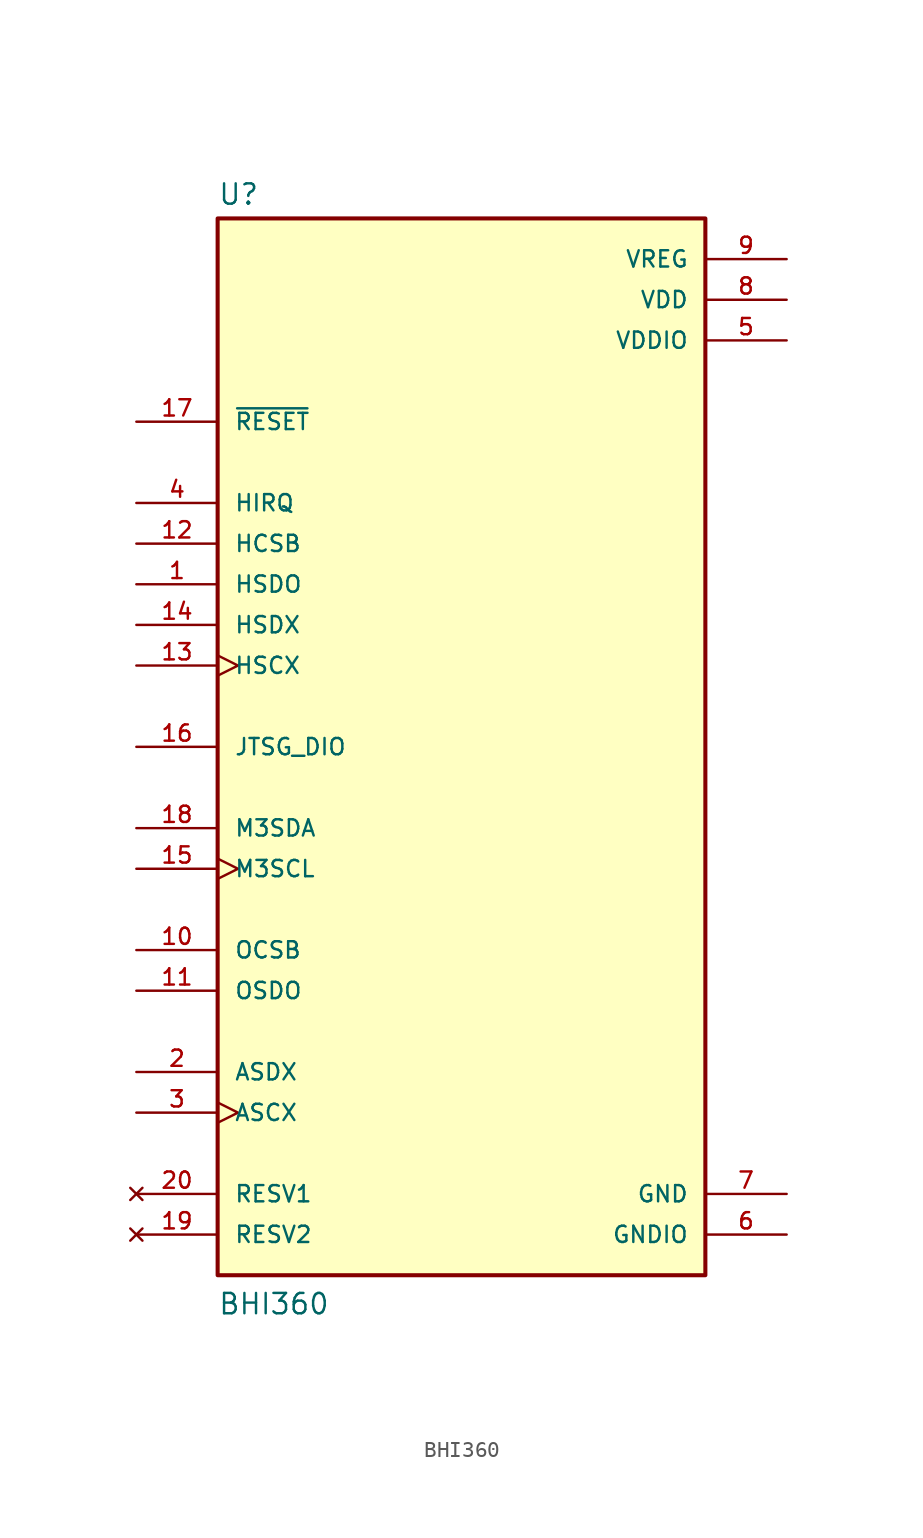
<source format=kicad_sym>
(kicad_symbol_lib
  (version 20211014)
  (generator kicad_symbol_editor)
  (symbol "BHI360"
    (pin_names
      (offset 1.016))
    (property "Reference" "U"
      (at -15.24 33.782 0)
      (effects (font (size 1.27 1.27)) (justify bottom left)))
    (property "Value" "BHI360"
      (at -15.24 -35.56 0)
      (effects (font (size 1.27 1.27)) (justify bottom left)))
    (symbol "BHI360_0_0"
      (rectangle (start -15.24 -33.02) (end 15.24 33.02) (stroke (width 0.254)) (fill (type background)))
      (pin bidirectional line (at -20.32 10.16 0) (length 5.08) (name "HSDO" (effects (font (size 1.016 1.016)))) (number "1" (effects (font (size 1.016 1.016)))))
      (pin bidirectional line (at -20.32 -20.32 0) (length 5.08) (name "ASDX" (effects (font (size 1.016 1.016)))) (number "2" (effects (font (size 1.016 1.016)))))
      (pin input clock (at -20.32 -22.86 0) (length 5.08) (name "ASCX" (effects (font (size 1.016 1.016)))) (number "3" (effects (font (size 1.016 1.016)))))
      (pin input line (at -20.32 15.24 0) (length 5.08) (name "HIRQ" (effects (font (size 1.016 1.016)))) (number "4" (effects (font (size 1.016 1.016)))))
      (pin power_in line (at 20.32 25.4 180.0) (length 5.08) (name "VDDIO" (effects (font (size 1.016 1.016)))) (number "5" (effects (font (size 1.016 1.016)))))
      (pin power_in line (at 20.32 -30.48 180.0) (length 5.08) (name "GNDIO" (effects (font (size 1.016 1.016)))) (number "6" (effects (font (size 1.016 1.016)))))
      (pin power_in line (at 20.32 -27.94 180.0) (length 5.08) (name "GND" (effects (font (size 1.016 1.016)))) (number "7" (effects (font (size 1.016 1.016)))))
      (pin power_in line (at 20.32 27.94 180.0) (length 5.08) (name "VDD" (effects (font (size 1.016 1.016)))) (number "8" (effects (font (size 1.016 1.016)))))
      (pin power_in line (at 20.32 30.48 180.0) (length 5.08) (name "VREG" (effects (font (size 1.016 1.016)))) (number "9" (effects (font (size 1.016 1.016)))))
      (pin input line (at -20.32 -12.7 0) (length 5.08) (name "OCSB" (effects (font (size 1.016 1.016)))) (number "10" (effects (font (size 1.016 1.016)))))
      (pin bidirectional line (at -20.32 -15.24 0) (length 5.08) (name "OSDO" (effects (font (size 1.016 1.016)))) (number "11" (effects (font (size 1.016 1.016)))))
      (pin input line (at -20.32 12.7 0) (length 5.08) (name "HCSB" (effects (font (size 1.016 1.016)))) (number "12" (effects (font (size 1.016 1.016)))))
      (pin input clock (at -20.32 5.08 0) (length 5.08) (name "HSCX" (effects (font (size 1.016 1.016)))) (number "13" (effects (font (size 1.016 1.016)))))
      (pin bidirectional line (at -20.32 7.62 0) (length 5.08) (name "HSDX" (effects (font (size 1.016 1.016)))) (number "14" (effects (font (size 1.016 1.016)))))
      (pin input clock (at -20.32 -7.62 0) (length 5.08) (name "M3SCL" (effects (font (size 1.016 1.016)))) (number "15" (effects (font (size 1.016 1.016)))))
      (pin input line (at -20.32 0.0 0) (length 5.08) (name "JTSG_DIO" (effects (font (size 1.016 1.016)))) (number "16" (effects (font (size 1.016 1.016)))))
      (pin input line (at -20.32 20.32 0) (length 5.08) (name "~{RESET}" (effects (font (size 1.016 1.016)))) (number "17" (effects (font (size 1.016 1.016)))))
      (pin bidirectional line (at -20.32 -5.08 0) (length 5.08) (name "M3SDA" (effects (font (size 1.016 1.016)))) (number "18" (effects (font (size 1.016 1.016)))))
      (pin no_connect line (at -20.32 -27.94 0) (length 5.08) (name "RESV1" (effects (font (size 1.016 1.016)))) (number "20" (effects (font (size 1.016 1.016)))))
      (pin no_connect line (at -20.32 -30.48 0) (length 5.08) (name "RESV2" (effects (font (size 1.016 1.016)))) (number "19" (effects (font (size 1.016 1.016))))))))
</source>
